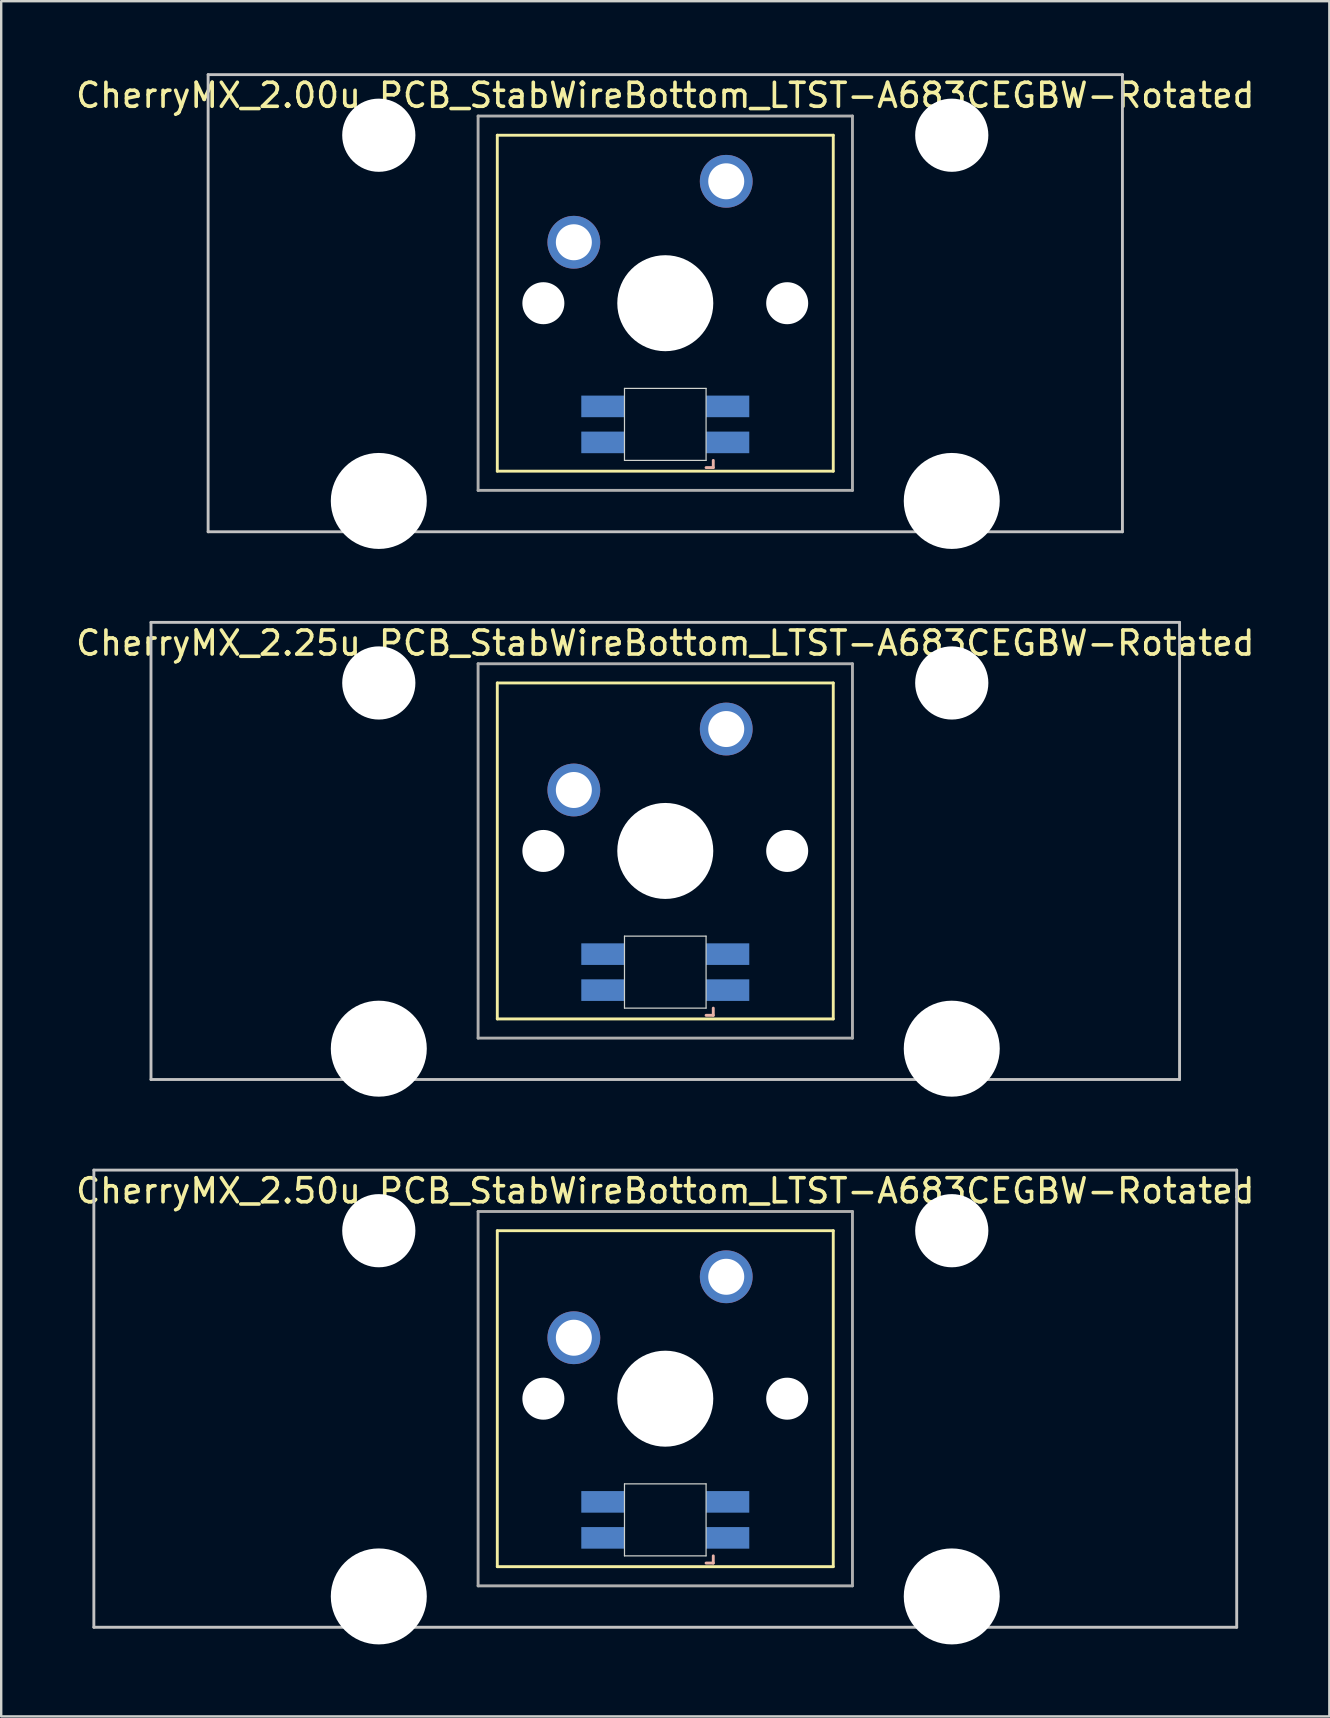
<source format=kicad_pcb>
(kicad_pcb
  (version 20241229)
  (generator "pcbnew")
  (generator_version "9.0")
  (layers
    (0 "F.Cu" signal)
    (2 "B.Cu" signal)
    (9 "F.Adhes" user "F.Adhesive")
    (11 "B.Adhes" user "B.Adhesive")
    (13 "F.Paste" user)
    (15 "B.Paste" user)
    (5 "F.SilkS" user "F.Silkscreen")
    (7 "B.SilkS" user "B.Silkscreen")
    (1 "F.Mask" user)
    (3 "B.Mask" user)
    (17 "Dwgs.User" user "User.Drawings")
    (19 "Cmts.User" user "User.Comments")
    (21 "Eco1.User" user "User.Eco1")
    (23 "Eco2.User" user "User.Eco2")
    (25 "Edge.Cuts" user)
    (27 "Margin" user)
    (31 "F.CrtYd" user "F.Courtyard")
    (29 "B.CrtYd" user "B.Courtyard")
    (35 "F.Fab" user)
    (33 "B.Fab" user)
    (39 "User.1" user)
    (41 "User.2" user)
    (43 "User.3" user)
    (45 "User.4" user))
  (footprint "CherryMX_2.50u_PCB_StabWireBottom_LTST-A683CEGBW-Rotated"
    (layer "F.Cu")
    (at 24.673 55.235)
    (property "Reference" "CherryMX_2.50u_PCB_StabWireBottom_LTST-A683CEGBW-Rotated" (at 0 -8.662 0) (layer "F.SilkS") (effects (font (size 1 1) (thickness 0.15))))
    (attr through_hole)
    (fp_line (start -7 -7) (end -7 7) (stroke (width 0.12) (type solid)) (layer "F.SilkS"))
    (fp_line (start -7 -7) (end 7 -7) (stroke (width 0.12) (type solid)) (layer "F.SilkS"))
    (fp_line (start 7 -7) (end 7 7) (stroke (width 0.12) (type solid)) (layer "F.SilkS"))
    (fp_line (start 7 7) (end -7 7) (stroke (width 0.12) (type solid)) (layer "F.SilkS"))
    (fp_line (start 1.7 6.85) (end 2 6.85) (stroke (width 0.12) (type solid)) (layer "B.SilkS"))
    (fp_line (start 2 6.85) (end 2 6.55) (stroke (width 0.12) (type solid)) (layer "B.SilkS"))
    (fp_line (start -23.812 -9.525) (end 23.812 -9.525) (stroke (width 0.12) (type solid)) (layer "Dwgs.User"))
    (fp_line (start -23.812 9.525) (end -23.812 -9.525) (stroke (width 0.12) (type solid)) (layer "Dwgs.User"))
    (fp_line (start 23.812 -9.525) (end 23.812 9.525) (stroke (width 0.12) (type solid)) (layer "Dwgs.User"))
    (fp_line (start 23.812 9.525) (end -23.812 9.525) (stroke (width 0.12) (type solid)) (layer "Dwgs.User"))
    (fp_line (start -1.7 3.55) (end 1.7 3.55) (stroke (width 0.05) (type solid)) (layer "Edge.Cuts"))
    (fp_line (start -1.7 6.55) (end -1.7 3.55) (stroke (width 0.05) (type solid)) (layer "Edge.Cuts"))
    (fp_line (start 1.7 3.55) (end 1.7 6.55) (stroke (width 0.05) (type solid)) (layer "Edge.Cuts"))
    (fp_line (start 1.7 6.55) (end -1.7 6.55) (stroke (width 0.05) (type solid)) (layer "Edge.Cuts"))
    (fp_line (start -7.8 -7.8) (end -7.8 7.8) (stroke (width 0.12) (type solid)) (layer "F.Fab"))
    (fp_line (start -7.8 -7.8) (end 7.8 -7.8) (stroke (width 0.12) (type solid)) (layer "F.Fab"))
    (fp_line (start -7.8 7.8) (end 7.8 7.8) (stroke (width 0.12) (type solid)) (layer "F.Fab"))
    (fp_line (start 7.8 -7.8) (end 7.8 7.8) (stroke (width 0.12) (type solid)) (layer "F.Fab"))
    (pad "" np_thru_hole circle (at -11.938 -7) (size 3.05 3.05) (drill 3.05) (layers "*.Cu" "*.Mask"))
    (pad "" np_thru_hole circle (at -11.938 8.24) (size 4 4) (drill 4) (layers "*.Cu" "*.Mask"))
    (pad "" np_thru_hole circle (at -5.08 0) (size 1.75 1.75) (drill 1.75) (layers "*.Cu" "*.Mask"))
    (pad "" np_thru_hole circle (at 0 0) (size 4 4) (drill 4) (layers "*.Cu" "*.Mask"))
    (pad "" np_thru_hole circle (at 5.08 0) (size 1.75 1.75) (drill 1.75) (layers "*.Cu" "*.Mask"))
    (pad "" np_thru_hole circle (at 11.938 -7) (size 3.05 3.05) (drill 3.05) (layers "*.Cu" "*.Mask"))
    (pad "" np_thru_hole circle (at 11.938 8.24) (size 4 4) (drill 4) (layers "*.Cu" "*.Mask"))
    (pad "1" thru_hole circle (at -3.81 -2.54) (size 2.2 2.2) (drill 1.5) (layers "*.Cu" "*.Mask"))
    (pad "2" thru_hole circle (at 2.54 -5.08) (size 2.2 2.2) (drill 1.5) (layers "*.Cu" "*.Mask"))
    (pad "3" smd rect (at 2.6 5.8) (size 1.8 0.9) (layers "B.Cu" "B.Mask" "B.Paste"))
    (pad "4" smd rect (at 2.6 4.3) (size 1.8 0.9) (layers "B.Cu" "B.Mask" "B.Paste"))
    (pad "5" smd rect (at -2.6 5.8) (size 1.8 0.9) (layers "B.Cu" "B.Mask" "B.Paste"))
    (pad "6" smd rect (at -2.6 4.3) (size 1.8 0.9) (layers "B.Cu" "B.Mask" "B.Paste")))
  (footprint "CherryMX_2.00u_PCB_StabWireBottom_LTST-A683CEGBW-Rotated"
    (layer "F.Cu")
    (at 24.673 9.585)
    (property "Reference" "CherryMX_2.00u_PCB_StabWireBottom_LTST-A683CEGBW-Rotated" (at 0 -8.662 0) (layer "F.SilkS") (effects (font (size 1 1) (thickness 0.15))))
    (attr through_hole)
    (fp_line (start -7 -7) (end -7 7) (stroke (width 0.12) (type solid)) (layer "F.SilkS"))
    (fp_line (start -7 -7) (end 7 -7) (stroke (width 0.12) (type solid)) (layer "F.SilkS"))
    (fp_line (start 7 -7) (end 7 7) (stroke (width 0.12) (type solid)) (layer "F.SilkS"))
    (fp_line (start 7 7) (end -7 7) (stroke (width 0.12) (type solid)) (layer "F.SilkS"))
    (fp_line (start 1.7 6.85) (end 2 6.85) (stroke (width 0.12) (type solid)) (layer "B.SilkS"))
    (fp_line (start 2 6.85) (end 2 6.55) (stroke (width 0.12) (type solid)) (layer "B.SilkS"))
    (fp_line (start -19.05 -9.525) (end 19.05 -9.525) (stroke (width 0.12) (type solid)) (layer "Dwgs.User"))
    (fp_line (start -19.05 9.525) (end -19.05 -9.525) (stroke (width 0.12) (type solid)) (layer "Dwgs.User"))
    (fp_line (start 19.05 -9.525) (end 19.05 9.525) (stroke (width 0.12) (type solid)) (layer "Dwgs.User"))
    (fp_line (start 19.05 9.525) (end -19.05 9.525) (stroke (width 0.12) (type solid)) (layer "Dwgs.User"))
    (fp_line (start -1.7 3.55) (end 1.7 3.55) (stroke (width 0.05) (type solid)) (layer "Edge.Cuts"))
    (fp_line (start -1.7 6.55) (end -1.7 3.55) (stroke (width 0.05) (type solid)) (layer "Edge.Cuts"))
    (fp_line (start 1.7 3.55) (end 1.7 6.55) (stroke (width 0.05) (type solid)) (layer "Edge.Cuts"))
    (fp_line (start 1.7 6.55) (end -1.7 6.55) (stroke (width 0.05) (type solid)) (layer "Edge.Cuts"))
    (fp_line (start -7.8 -7.8) (end -7.8 7.8) (stroke (width 0.12) (type solid)) (layer "F.Fab"))
    (fp_line (start -7.8 -7.8) (end 7.8 -7.8) (stroke (width 0.12) (type solid)) (layer "F.Fab"))
    (fp_line (start -7.8 7.8) (end 7.8 7.8) (stroke (width 0.12) (type solid)) (layer "F.Fab"))
    (fp_line (start 7.8 -7.8) (end 7.8 7.8) (stroke (width 0.12) (type solid)) (layer "F.Fab"))
    (pad "" np_thru_hole circle (at -11.938 -7) (size 3.05 3.05) (drill 3.05) (layers "*.Cu" "*.Mask"))
    (pad "" np_thru_hole circle (at -11.938 8.24) (size 4 4) (drill 4) (layers "*.Cu" "*.Mask"))
    (pad "" np_thru_hole circle (at -5.08 0) (size 1.75 1.75) (drill 1.75) (layers "*.Cu" "*.Mask"))
    (pad "" np_thru_hole circle (at 0 0) (size 4 4) (drill 4) (layers "*.Cu" "*.Mask"))
    (pad "" np_thru_hole circle (at 5.08 0) (size 1.75 1.75) (drill 1.75) (layers "*.Cu" "*.Mask"))
    (pad "" np_thru_hole circle (at 11.938 -7) (size 3.05 3.05) (drill 3.05) (layers "*.Cu" "*.Mask"))
    (pad "" np_thru_hole circle (at 11.938 8.24) (size 4 4) (drill 4) (layers "*.Cu" "*.Mask"))
    (pad "1" thru_hole circle (at -3.81 -2.54) (size 2.2 2.2) (drill 1.5) (layers "*.Cu" "*.Mask"))
    (pad "2" thru_hole circle (at 2.54 -5.08) (size 2.2 2.2) (drill 1.5) (layers "*.Cu" "*.Mask"))
    (pad "3" smd rect (at 2.6 5.8) (size 1.8 0.9) (layers "B.Cu" "B.Mask" "B.Paste"))
    (pad "4" smd rect (at 2.6 4.3) (size 1.8 0.9) (layers "B.Cu" "B.Mask" "B.Paste"))
    (pad "5" smd rect (at -2.6 5.8) (size 1.8 0.9) (layers "B.Cu" "B.Mask" "B.Paste"))
    (pad "6" smd rect (at -2.6 4.3) (size 1.8 0.9) (layers "B.Cu" "B.Mask" "B.Paste")))
  (footprint "CherryMX_2.25u_PCB_StabWireBottom_LTST-A683CEGBW-Rotated"
    (layer "F.Cu")
    (at 24.673 32.41)
    (property "Reference" "CherryMX_2.25u_PCB_StabWireBottom_LTST-A683CEGBW-Rotated" (at 0 -8.662 0) (layer "F.SilkS") (effects (font (size 1 1) (thickness 0.15))))
    (attr through_hole)
    (fp_line (start -7 -7) (end -7 7) (stroke (width 0.12) (type solid)) (layer "F.SilkS"))
    (fp_line (start -7 -7) (end 7 -7) (stroke (width 0.12) (type solid)) (layer "F.SilkS"))
    (fp_line (start 7 -7) (end 7 7) (stroke (width 0.12) (type solid)) (layer "F.SilkS"))
    (fp_line (start 7 7) (end -7 7) (stroke (width 0.12) (type solid)) (layer "F.SilkS"))
    (fp_line (start 1.7 6.85) (end 2 6.85) (stroke (width 0.12) (type solid)) (layer "B.SilkS"))
    (fp_line (start 2 6.85) (end 2 6.55) (stroke (width 0.12) (type solid)) (layer "B.SilkS"))
    (fp_line (start -21.431 -9.525) (end 21.431 -9.525) (stroke (width 0.12) (type solid)) (layer "Dwgs.User"))
    (fp_line (start -21.431 9.525) (end -21.431 -9.525) (stroke (width 0.12) (type solid)) (layer "Dwgs.User"))
    (fp_line (start 21.431 -9.525) (end 21.431 9.525) (stroke (width 0.12) (type solid)) (layer "Dwgs.User"))
    (fp_line (start 21.431 9.525) (end -21.431 9.525) (stroke (width 0.12) (type solid)) (layer "Dwgs.User"))
    (fp_line (start -1.7 3.55) (end 1.7 3.55) (stroke (width 0.05) (type solid)) (layer "Edge.Cuts"))
    (fp_line (start -1.7 6.55) (end -1.7 3.55) (stroke (width 0.05) (type solid)) (layer "Edge.Cuts"))
    (fp_line (start 1.7 3.55) (end 1.7 6.55) (stroke (width 0.05) (type solid)) (layer "Edge.Cuts"))
    (fp_line (start 1.7 6.55) (end -1.7 6.55) (stroke (width 0.05) (type solid)) (layer "Edge.Cuts"))
    (fp_line (start -7.8 -7.8) (end -7.8 7.8) (stroke (width 0.12) (type solid)) (layer "F.Fab"))
    (fp_line (start -7.8 -7.8) (end 7.8 -7.8) (stroke (width 0.12) (type solid)) (layer "F.Fab"))
    (fp_line (start -7.8 7.8) (end 7.8 7.8) (stroke (width 0.12) (type solid)) (layer "F.Fab"))
    (fp_line (start 7.8 -7.8) (end 7.8 7.8) (stroke (width 0.12) (type solid)) (layer "F.Fab"))
    (pad "" np_thru_hole circle (at -11.938 -7) (size 3.05 3.05) (drill 3.05) (layers "*.Cu" "*.Mask"))
    (pad "" np_thru_hole circle (at -11.938 8.24) (size 4 4) (drill 4) (layers "*.Cu" "*.Mask"))
    (pad "" np_thru_hole circle (at -5.08 0) (size 1.75 1.75) (drill 1.75) (layers "*.Cu" "*.Mask"))
    (pad "" np_thru_hole circle (at 0 0) (size 4 4) (drill 4) (layers "*.Cu" "*.Mask"))
    (pad "" np_thru_hole circle (at 5.08 0) (size 1.75 1.75) (drill 1.75) (layers "*.Cu" "*.Mask"))
    (pad "" np_thru_hole circle (at 11.938 -7) (size 3.05 3.05) (drill 3.05) (layers "*.Cu" "*.Mask"))
    (pad "" np_thru_hole circle (at 11.938 8.24) (size 4 4) (drill 4) (layers "*.Cu" "*.Mask"))
    (pad "1" thru_hole circle (at -3.81 -2.54) (size 2.2 2.2) (drill 1.5) (layers "*.Cu" "*.Mask"))
    (pad "2" thru_hole circle (at 2.54 -5.08) (size 2.2 2.2) (drill 1.5) (layers "*.Cu" "*.Mask"))
    (pad "3" smd rect (at 2.6 5.8) (size 1.8 0.9) (layers "B.Cu" "B.Mask" "B.Paste"))
    (pad "4" smd rect (at 2.6 4.3) (size 1.8 0.9) (layers "B.Cu" "B.Mask" "B.Paste"))
    (pad "5" smd rect (at -2.6 5.8) (size 1.8 0.9) (layers "B.Cu" "B.Mask" "B.Paste"))
    (pad "6" smd rect (at -2.6 4.3) (size 1.8 0.9) (layers "B.Cu" "B.Mask" "B.Paste")))
  (gr_rect
    (start -3 -3)
    (end 52.345 68.475)
    (stroke (width 0.1) (type default))
    (fill no)
    (layer "Edge.Cuts")))
</source>
